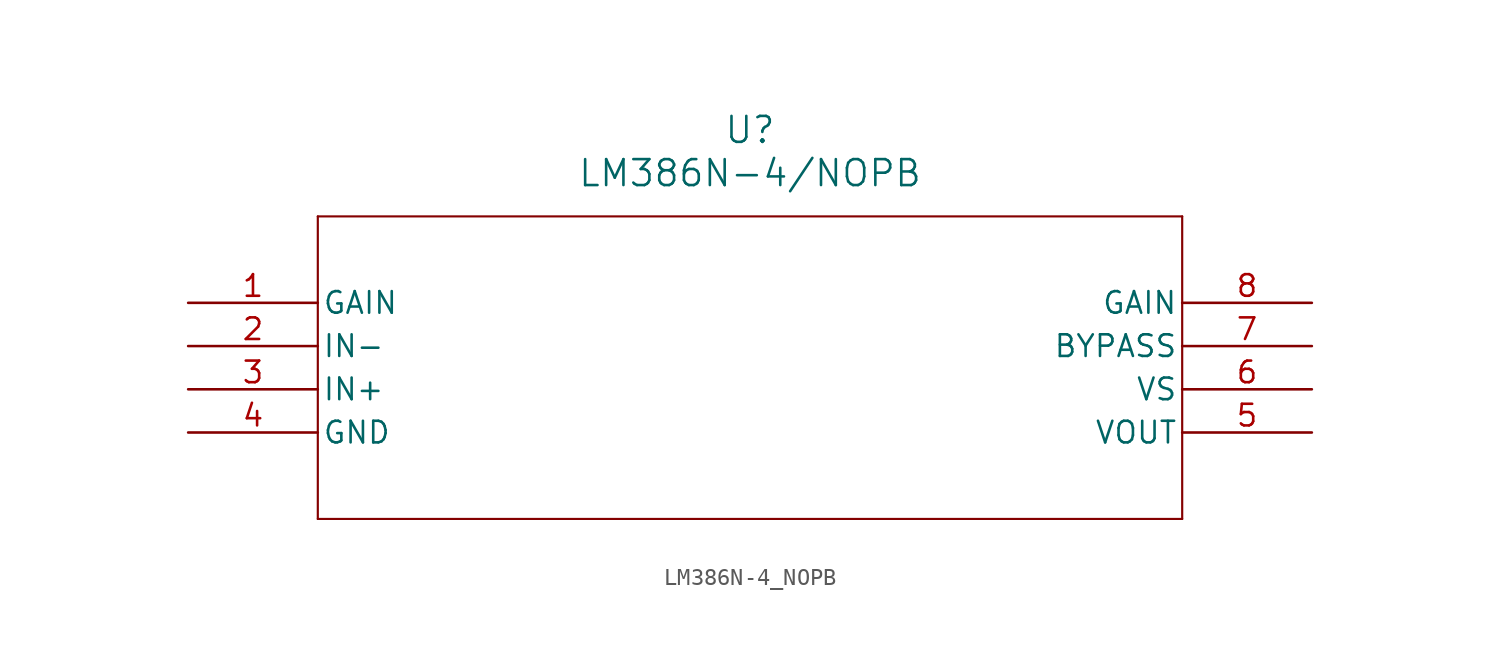
<source format=kicad_sym>
(kicad_symbol_lib
  (version 20211014)
  (generator kicad_symbol_editor)
  (symbol "LM386N-4_NOPB"
    (pin_names
      (offset 0.254))
    (property "Reference" "U"
      (at 33.02 10.16 0)
      (effects (font (size 1.524 1.524))))
    (property "Value" "LM386N-4/NOPB"
      (at 33.02 7.62 0)
      (effects (font (size 1.524 1.524))))
    (symbol "LM386N-4_NOPB_0_1"
      (polyline (pts (xy 7.62 5.08) (xy 7.62 -12.7)) (stroke (width 0.127) (type default) (color 0 0 0 0)) (fill (type none)))
      (polyline (pts (xy 7.62 -12.7) (xy 58.42 -12.7)) (stroke (width 0.127) (type default) (color 0 0 0 0)) (fill (type none)))
      (polyline (pts (xy 58.42 -12.7) (xy 58.42 5.08)) (stroke (width 0.127) (type default) (color 0 0 0 0)) (fill (type none)))
      (polyline (pts (xy 58.42 5.08) (xy 7.62 5.08)) (stroke (width 0.127) (type default) (color 0 0 0 0)) (fill (type none)))
      (pin passive line (at 0 0 0) (length 7.62) (name "GAIN" (effects (font (size 1.27 1.27)))) (number "1" (effects (font (size 1.27 1.27)))))
      (pin input line (at 0 -2.54 0) (length 7.62) (name "IN-" (effects (font (size 1.27 1.27)))) (number "2" (effects (font (size 1.27 1.27)))))
      (pin input line (at 0 -5.08 0) (length 7.62) (name "IN+" (effects (font (size 1.27 1.27)))) (number "3" (effects (font (size 1.27 1.27)))))
      (pin power_in line (at 0 -7.62 0) (length 7.62) (name "GND" (effects (font (size 1.27 1.27)))) (number "4" (effects (font (size 1.27 1.27)))))
      (pin output line (at 66.04 -7.62 180) (length 7.62) (name "VOUT" (effects (font (size 1.27 1.27)))) (number "5" (effects (font (size 1.27 1.27)))))
      (pin power_in line (at 66.04 -5.08 180) (length 7.62) (name "VS" (effects (font (size 1.27 1.27)))) (number "6" (effects (font (size 1.27 1.27)))))
      (pin passive line (at 66.04 -2.54 180) (length 7.62) (name "BYPASS" (effects (font (size 1.27 1.27)))) (number "7" (effects (font (size 1.27 1.27)))))
      (pin passive line (at 66.04 0 180) (length 7.62) (name "GAIN" (effects (font (size 1.27 1.27)))) (number "8" (effects (font (size 1.27 1.27))))))))
</source>
